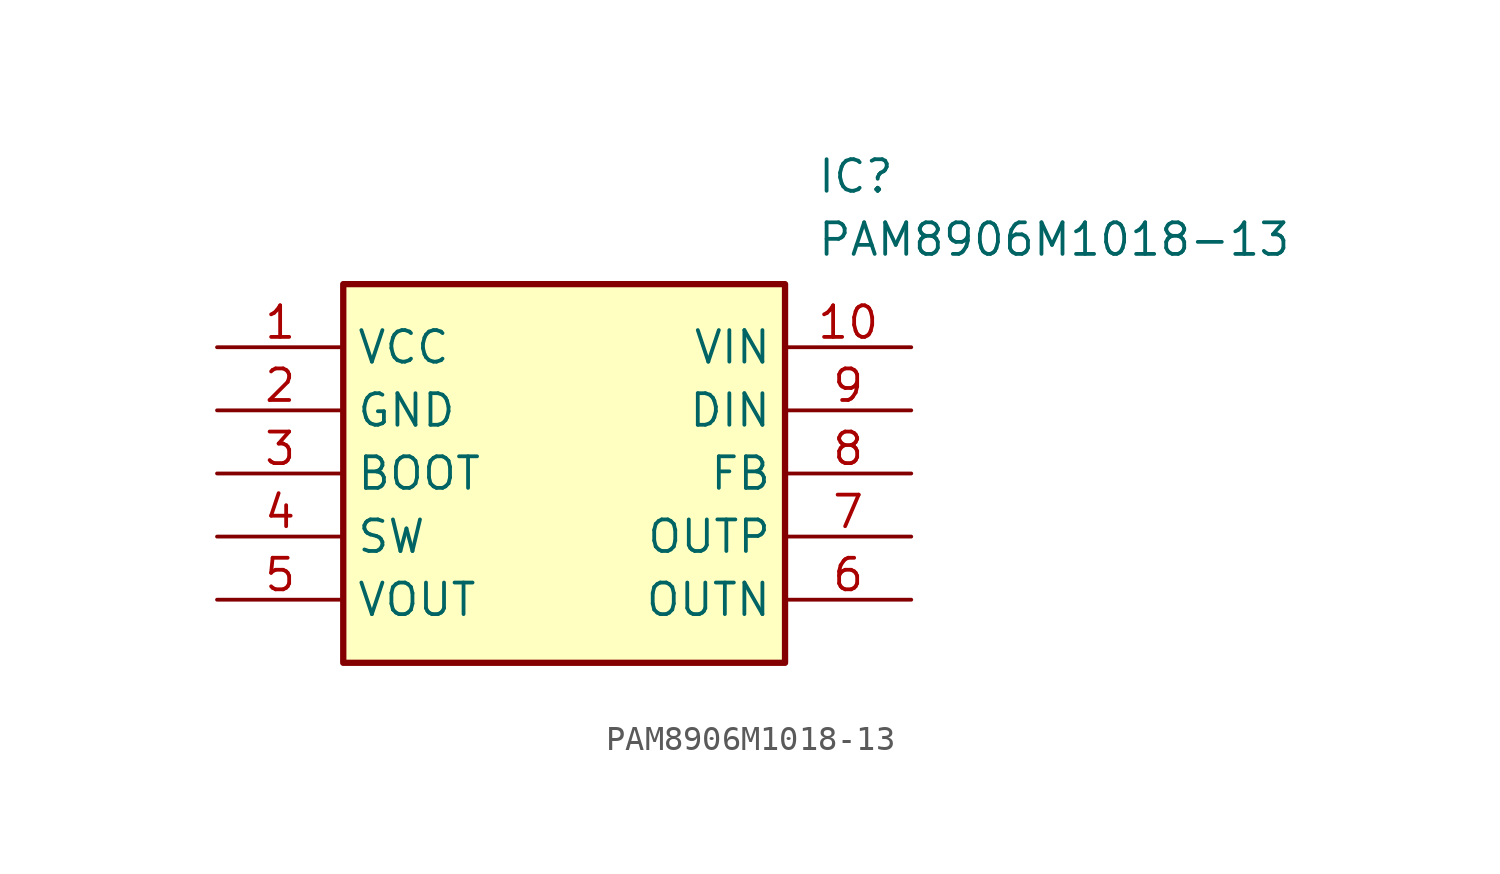
<source format=kicad_sym>
(kicad_symbol_lib
  (version 20211014)
  (generator SamacSys_ECAD_Model)
  (symbol "PAM8906M1018-13"
    (property "Reference" "IC"
      (at 24.13 7.62 0)
      (effects (font (size 1.27 1.27)) (justify left top)))
    (property "Value" "PAM8906M1018-13"
      (at 24.13 5.08 0)
      (effects (font (size 1.27 1.27)) (justify left top)))
    (rectangle
      (start 5.08 2.54)
      (end 22.86 -12.7)
      (stroke (width 0.254) (type default))
      (fill (type background)))
    (pin passive line
      (at 0 0 0)
      (length 5.08)
      (name "VCC" (effects (font (size 1.27 1.27))))
      (number "1" (effects (font (size 1.27 1.27)))))
    (pin passive line
      (at 0 -2.54 0)
      (length 5.08)
      (name "GND" (effects (font (size 1.27 1.27))))
      (number "2" (effects (font (size 1.27 1.27)))))
    (pin passive line
      (at 0 -5.08 0)
      (length 5.08)
      (name "BOOT" (effects (font (size 1.27 1.27))))
      (number "3" (effects (font (size 1.27 1.27)))))
    (pin passive line
      (at 0 -7.62 0)
      (length 5.08)
      (name "SW" (effects (font (size 1.27 1.27))))
      (number "4" (effects (font (size 1.27 1.27)))))
    (pin passive line
      (at 0 -10.16 0)
      (length 5.08)
      (name "VOUT" (effects (font (size 1.27 1.27))))
      (number "5" (effects (font (size 1.27 1.27)))))
    (pin passive line
      (at 27.94 0 180)
      (length 5.08)
      (name "VIN" (effects (font (size 1.27 1.27))))
      (number "10" (effects (font (size 1.27 1.27)))))
    (pin passive line
      (at 27.94 -2.54 180)
      (length 5.08)
      (name "DIN" (effects (font (size 1.27 1.27))))
      (number "9" (effects (font (size 1.27 1.27)))))
    (pin passive line
      (at 27.94 -5.08 180)
      (length 5.08)
      (name "FB" (effects (font (size 1.27 1.27))))
      (number "8" (effects (font (size 1.27 1.27)))))
    (pin passive line
      (at 27.94 -7.62 180)
      (length 5.08)
      (name "OUTP" (effects (font (size 1.27 1.27))))
      (number "7" (effects (font (size 1.27 1.27)))))
    (pin passive line
      (at 27.94 -10.16 180)
      (length 5.08)
      (name "OUTN" (effects (font (size 1.27 1.27))))
      (number "6" (effects (font (size 1.27 1.27)))))))
</source>
